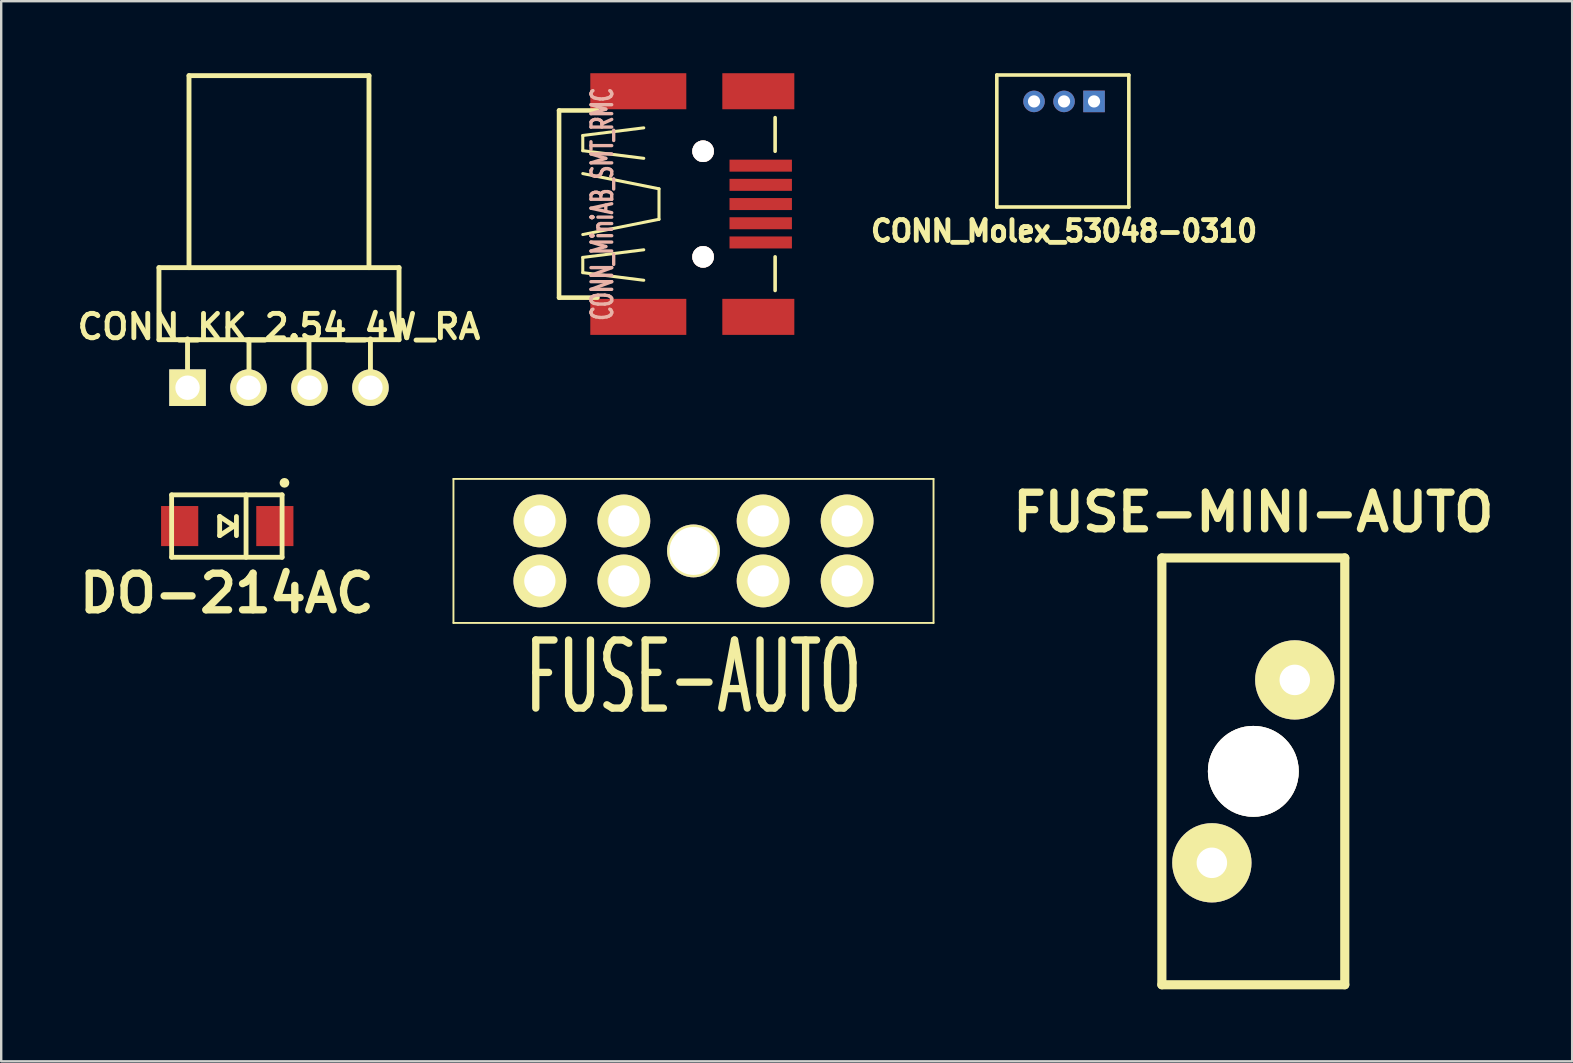
<source format=kicad_pcb>
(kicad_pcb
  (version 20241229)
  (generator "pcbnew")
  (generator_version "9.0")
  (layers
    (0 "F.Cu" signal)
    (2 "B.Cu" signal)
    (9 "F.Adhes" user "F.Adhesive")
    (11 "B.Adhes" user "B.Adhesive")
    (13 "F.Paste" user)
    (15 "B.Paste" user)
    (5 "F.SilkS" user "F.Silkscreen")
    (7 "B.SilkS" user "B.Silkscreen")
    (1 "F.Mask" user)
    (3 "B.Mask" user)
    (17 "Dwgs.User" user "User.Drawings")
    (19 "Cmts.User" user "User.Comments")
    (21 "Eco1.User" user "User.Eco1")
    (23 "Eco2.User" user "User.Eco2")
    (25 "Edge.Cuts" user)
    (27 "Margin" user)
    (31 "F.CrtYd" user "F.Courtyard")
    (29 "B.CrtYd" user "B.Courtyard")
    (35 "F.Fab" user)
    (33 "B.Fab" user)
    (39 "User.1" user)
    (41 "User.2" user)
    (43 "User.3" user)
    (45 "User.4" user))
  (footprint "FUSE-MINI-AUTO"
    (layer "F.Cu")
    (at 49.164 29.085)
    (property "Reference" "FUSE-MINI-AUTO" (at 0 -10.795 0) (layer "F.SilkS") (effects (font (size 1.524 1.524) (thickness 0.305))))
    (attr through_hole)
    (fp_line (start -3.81 -8.89) (end 3.81 -8.89) (stroke (width 0.381) (type solid)) (layer "F.SilkS"))
    (fp_line (start -3.81 8.89) (end -3.81 -8.89) (stroke (width 0.381) (type solid)) (layer "F.SilkS"))
    (fp_line (start 3.81 -8.89) (end 3.81 8.89) (stroke (width 0.381) (type solid)) (layer "F.SilkS"))
    (fp_line (start 3.81 8.89) (end -3.81 8.89) (stroke (width 0.381) (type solid)) (layer "F.SilkS"))
    (pad "" thru_hole circle (at 0 0) (size 3.785 3.785) (drill 3.785) (layers "*.Cu" "*.Mask" "F.SilkS"))
    (pad "1" thru_hole circle (at 1.727 -3.81) (size 3.302 3.302) (drill 1.27) (layers "*.Cu" "*.Mask" "F.SilkS"))
    (pad "2" thru_hole circle (at -1.727 3.81) (size 3.302 3.302) (drill 1.27) (layers "*.Cu" "*.Mask" "F.SilkS")))
  (footprint "CONN_KK_2.54_4W_RA"
    (layer "F.Cu")
    (at 8.573 13.101)
    (property "Reference" "CONN_KK_2.54_4W_RA" (at 0 -2.54 0) (layer "F.SilkS") (effects (font (size 1.016 1.016) (thickness 0.203))))
    (attr through_hole)
    (fp_line (start -5.001 -5.001) (end -5.001 -1.999) (stroke (width 0.203) (type solid)) (layer "F.SilkS"))
    (fp_line (start -5.001 -1.999) (end 5.001 -1.999) (stroke (width 0.203) (type solid)) (layer "F.SilkS"))
    (fp_line (start -3.81 0) (end -3.81 -2.032) (stroke (width 0.203) (type solid)) (layer "F.SilkS"))
    (fp_line (start -3.749 -5.001) (end -3.749 -13) (stroke (width 0.203) (type solid)) (layer "F.SilkS"))
    (fp_line (start -1.25 0) (end -1.25 -1.999) (stroke (width 0.203) (type solid)) (layer "F.SilkS"))
    (fp_line (start 1.25 0) (end 1.25 -1.999) (stroke (width 0.203) (type solid)) (layer "F.SilkS"))
    (fp_line (start 3.749 -13) (end -3.749 -13) (stroke (width 0.203) (type solid)) (layer "F.SilkS"))
    (fp_line (start 3.749 -13) (end 3.749 -5.001) (stroke (width 0.203) (type solid)) (layer "F.SilkS"))
    (fp_line (start 3.81 0) (end 3.81 -2.032) (stroke (width 0.203) (type solid)) (layer "F.SilkS"))
    (fp_line (start 5.001 -5.001) (end -5.001 -5.001) (stroke (width 0.203) (type solid)) (layer "F.SilkS"))
    (fp_line (start 5.001 -1.999) (end 5.001 -5.001) (stroke (width 0.203) (type solid)) (layer "F.SilkS"))
    (pad "1" thru_hole rect (at -3.81 0) (size 1.524 1.524) (drill 1.016) (layers "*.Cu" "*.Mask" "F.SilkS"))
    (pad "2" thru_hole circle (at -1.27 0) (size 1.524 1.524) (drill 1.016) (layers "*.Cu" "*.Mask" "F.SilkS"))
    (pad "3" thru_hole circle (at 1.27 0) (size 1.524 1.524) (drill 1.016) (layers "*.Cu" "*.Mask" "F.SilkS"))
    (pad "4" thru_hole circle (at 3.81 0) (size 1.524 1.524) (drill 1.016) (layers "*.Cu" "*.Mask" "F.SilkS")))
  (footprint "CONN_Molex_53048-0310"
    (layer "F.Cu")
    (at 41.278 1.175)
    (property "Reference" "CONN_Molex_53048-0310" (at 0 5.4 0) (layer "F.SilkS") (effects (font (size 0.864 0.813) (thickness 0.203))))
    (attr through_hole)
    (fp_line (start -2.8 -1.1) (end 2.7 -1.1) (stroke (width 0.15) (type solid)) (layer "F.SilkS"))
    (fp_line (start -2.8 4.4) (end -2.8 -1.1) (stroke (width 0.15) (type solid)) (layer "F.SilkS"))
    (fp_line (start 2.7 -1.1) (end 2.7 4.4) (stroke (width 0.15) (type solid)) (layer "F.SilkS"))
    (fp_line (start 2.7 4.4) (end -2.8 4.4) (stroke (width 0.15) (type solid)) (layer "F.SilkS"))
    (pad "1" thru_hole rect (at 1.25 0) (size 0.899 0.899) (drill 0.508) (layers "*.Cu" "*.Mask"))
    (pad "2" thru_hole circle (at 0 0) (size 0.899 0.899) (drill 0.508) (layers "*.Cu" "*.Mask"))
    (pad "3" thru_hole circle (at -1.25 0) (size 0.899 0.899) (drill 0.508) (layers "*.Cu" "*.Mask")))
  (footprint "CONN_MiniAB_SMT_RMC"
    (layer "F.Cu")
    (at 25.842 5.451)
    (property "Reference" "CONN_MiniAB_SMT_RMC" (at -3.8 0 90) (layer "B.SilkS") (effects (font (size 0.864 0.559) (thickness 0.14))))
    (attr smd)
    (fp_line (start -5.601 -3.899) (end -4 -3.899) (stroke (width 0.191) (type solid)) (layer "F.SilkS"))
    (fp_line (start -5.601 3.899) (end -5.601 -3.899) (stroke (width 0.191) (type solid)) (layer "F.SilkS"))
    (fp_line (start -5.601 3.899) (end -4 3.899) (stroke (width 0.191) (type solid)) (layer "F.SilkS"))
    (fp_line (start -4.613 -2.857) (end -4.613 -2.223) (stroke (width 0.127) (type solid)) (layer "F.SilkS"))
    (fp_line (start -4.613 -2.223) (end -2.073 -1.905) (stroke (width 0.127) (type solid)) (layer "F.SilkS"))
    (fp_line (start -4.613 -1.27) (end -1.438 -0.635) (stroke (width 0.127) (type solid)) (layer "F.SilkS"))
    (fp_line (start -4.613 2.223) (end -2.073 1.905) (stroke (width 0.127) (type solid)) (layer "F.SilkS"))
    (fp_line (start -4.613 2.857) (end -4.613 2.223) (stroke (width 0.127) (type solid)) (layer "F.SilkS"))
    (fp_line (start -2.073 -3.175) (end -4.613 -2.857) (stroke (width 0.127) (type solid)) (layer "F.SilkS"))
    (fp_line (start -2.073 3.175) (end -4.613 2.857) (stroke (width 0.127) (type solid)) (layer "F.SilkS"))
    (fp_line (start -1.438 -0.635) (end -1.438 0.635) (stroke (width 0.127) (type solid)) (layer "F.SilkS"))
    (fp_line (start -1.438 0.635) (end -4.613 1.27) (stroke (width 0.127) (type solid)) (layer "F.SilkS"))
    (fp_line (start 3.4 -2.2) (end 3.4 -3.6) (stroke (width 0.15) (type solid)) (layer "F.SilkS"))
    (fp_line (start 3.4 3.6) (end 3.4 2.2) (stroke (width 0.15) (type solid)) (layer "F.SilkS"))
    (pad "1" smd rect (at 2.8 -1.6) (size 2.6 0.5) (layers "F.Cu" "F.Mask" "F.Paste"))
    (pad "2" smd rect (at 2.8 -0.8) (size 2.6 0.5) (layers "F.Cu" "F.Mask" "F.Paste"))
    (pad "3" smd rect (at 2.8 0) (size 2.6 0.5) (layers "F.Cu" "F.Mask" "F.Paste"))
    (pad "4" smd rect (at 2.8 1.6) (size 2.6 0.5) (layers "F.Cu" "F.Mask" "F.Paste"))
    (pad "5" smd rect (at -2.3 -4.7) (size 4 1.501) (layers "F.Cu" "F.Mask" "F.Paste"))
    (pad "5" smd rect (at -2.3 4.7) (size 4 1.501) (layers "F.Cu" "F.Mask" "F.Paste"))
    (pad "5" smd rect (at 2.7 -4.7) (size 3 1.501) (layers "F.Cu" "F.Mask" "F.Paste"))
    (pad "5" smd rect (at 2.7 4.7) (size 3 1.501) (layers "F.Cu" "F.Mask" "F.Paste"))
    (pad "6" smd rect (at 2.8 0.8) (size 2.6 0.5) (layers "F.Cu" "F.Mask" "F.Paste"))
    (pad "7" thru_hole circle (at 0.399 -2.2) (size 0.899 0.899) (drill 0.899) (layers "*.Cu" "*.SilkS" "*.Mask"))
    (pad "7" thru_hole circle (at 0.399 2.2) (size 0.899 0.899) (drill 0.899) (layers "*.Cu" "*.SilkS" "*.Mask")))
  (footprint "DO-214AC"
    (layer "F.Cu")
    (at 6.401 18.866)
    (property "Reference" "DO-214AC" (at 0 2.799 0) (layer "F.SilkS") (effects (font (size 1.524 1.524) (thickness 0.305))))
    (attr through_hole)
    (fp_line (start -2.301 -1.3) (end 2.301 -1.3) (stroke (width 0.201) (type solid)) (layer "F.SilkS"))
    (fp_line (start -2.301 1.3) (end -2.301 -1.3) (stroke (width 0.201) (type solid)) (layer "F.SilkS"))
    (fp_line (start -2.301 1.3) (end 2.301 1.3) (stroke (width 0.201) (type solid)) (layer "F.SilkS"))
    (fp_line (start -0.3 -0.399) (end 0.3 0) (stroke (width 0.201) (type solid)) (layer "F.SilkS"))
    (fp_line (start -0.3 0.399) (end -0.3 -0.399) (stroke (width 0.201) (type solid)) (layer "F.SilkS"))
    (fp_line (start 0.3 0) (end -0.3 0.399) (stroke (width 0.201) (type solid)) (layer "F.SilkS"))
    (fp_line (start 0.399 -0.399) (end 0.399 0.399) (stroke (width 0.201) (type solid)) (layer "F.SilkS"))
    (fp_line (start 0.8 -1.3) (end 0.8 1.3) (stroke (width 0.201) (type solid)) (layer "F.SilkS"))
    (fp_line (start 2.301 -1.3) (end 2.301 1.3) (stroke (width 0.201) (type solid)) (layer "F.SilkS"))
    (fp_circle (center 2.4 -1.801) (end 2.4 -1.699) (stroke (width 0.201) (type solid)) (fill no) (layer "F.SilkS"))
    (pad "1" smd rect (at -1.966 0) (size 1.549 1.669) (layers "F.Cu" "F.Mask" "F.Paste"))
    (pad "2" smd rect (at 1.999 0) (size 1.549 1.669) (layers "F.Cu" "F.Mask" "F.Paste")))
  (footprint "FUSE-AUTO"
    (layer "F.Cu")
    (at 25.841 19.902)
    (property "Reference" "FUSE-AUTO" (at 0 5.25 0) (layer "F.SilkS") (effects (font (size 2.835 1.595) (thickness 0.305))))
    (attr through_hole)
    (fp_line (start -10 -3) (end -10 3) (stroke (width 0.079) (type solid)) (layer "F.SilkS"))
    (fp_line (start -10 -3) (end 10 -3) (stroke (width 0.079) (type solid)) (layer "F.SilkS"))
    (fp_line (start 10 -3) (end 10 3) (stroke (width 0.079) (type solid)) (layer "F.SilkS"))
    (fp_line (start 10 3) (end -10 3) (stroke (width 0.079) (type solid)) (layer "F.SilkS"))
    (pad "" thru_hole circle (at 0 0) (size 2.2 2.2) (drill 1.999) (layers "*.Cu" "*.Mask" "F.SilkS"))
    (pad "1" thru_hole circle (at -6.401 -1.25) (size 2.2 2.2) (drill 1.3) (layers "*.Cu" "*.Mask" "F.SilkS"))
    (pad "1" thru_hole circle (at -6.401 1.25) (size 2.2 2.2) (drill 1.3) (layers "*.Cu" "*.Mask" "F.SilkS"))
    (pad "1" thru_hole circle (at -2.901 -1.25) (size 2.2 2.2) (drill 1.3) (layers "*.Cu" "*.Mask" "F.SilkS"))
    (pad "1" thru_hole circle (at -2.901 1.25) (size 2.2 2.2) (drill 1.3) (layers "*.Cu" "*.Mask" "F.SilkS"))
    (pad "2" thru_hole circle (at 2.901 -1.25) (size 2.2 2.2) (drill 1.3) (layers "*.Cu" "*.Mask" "F.SilkS"))
    (pad "2" thru_hole circle (at 2.901 1.25) (size 2.2 2.2) (drill 1.3) (layers "*.Cu" "*.Mask" "F.SilkS"))
    (pad "2" thru_hole circle (at 6.401 -1.25) (size 2.2 2.2) (drill 1.3) (layers "*.Cu" "*.Mask" "F.SilkS"))
    (pad "2" thru_hole circle (at 6.401 1.25) (size 2.2 2.2) (drill 1.3) (layers "*.Cu" "*.Mask" "F.SilkS")))
  (gr_rect
    (start -3 -3)
    (end 62.447 41.165)
    (stroke (width 0.1) (type default))
    (fill no)
    (layer "Edge.Cuts")))
</source>
